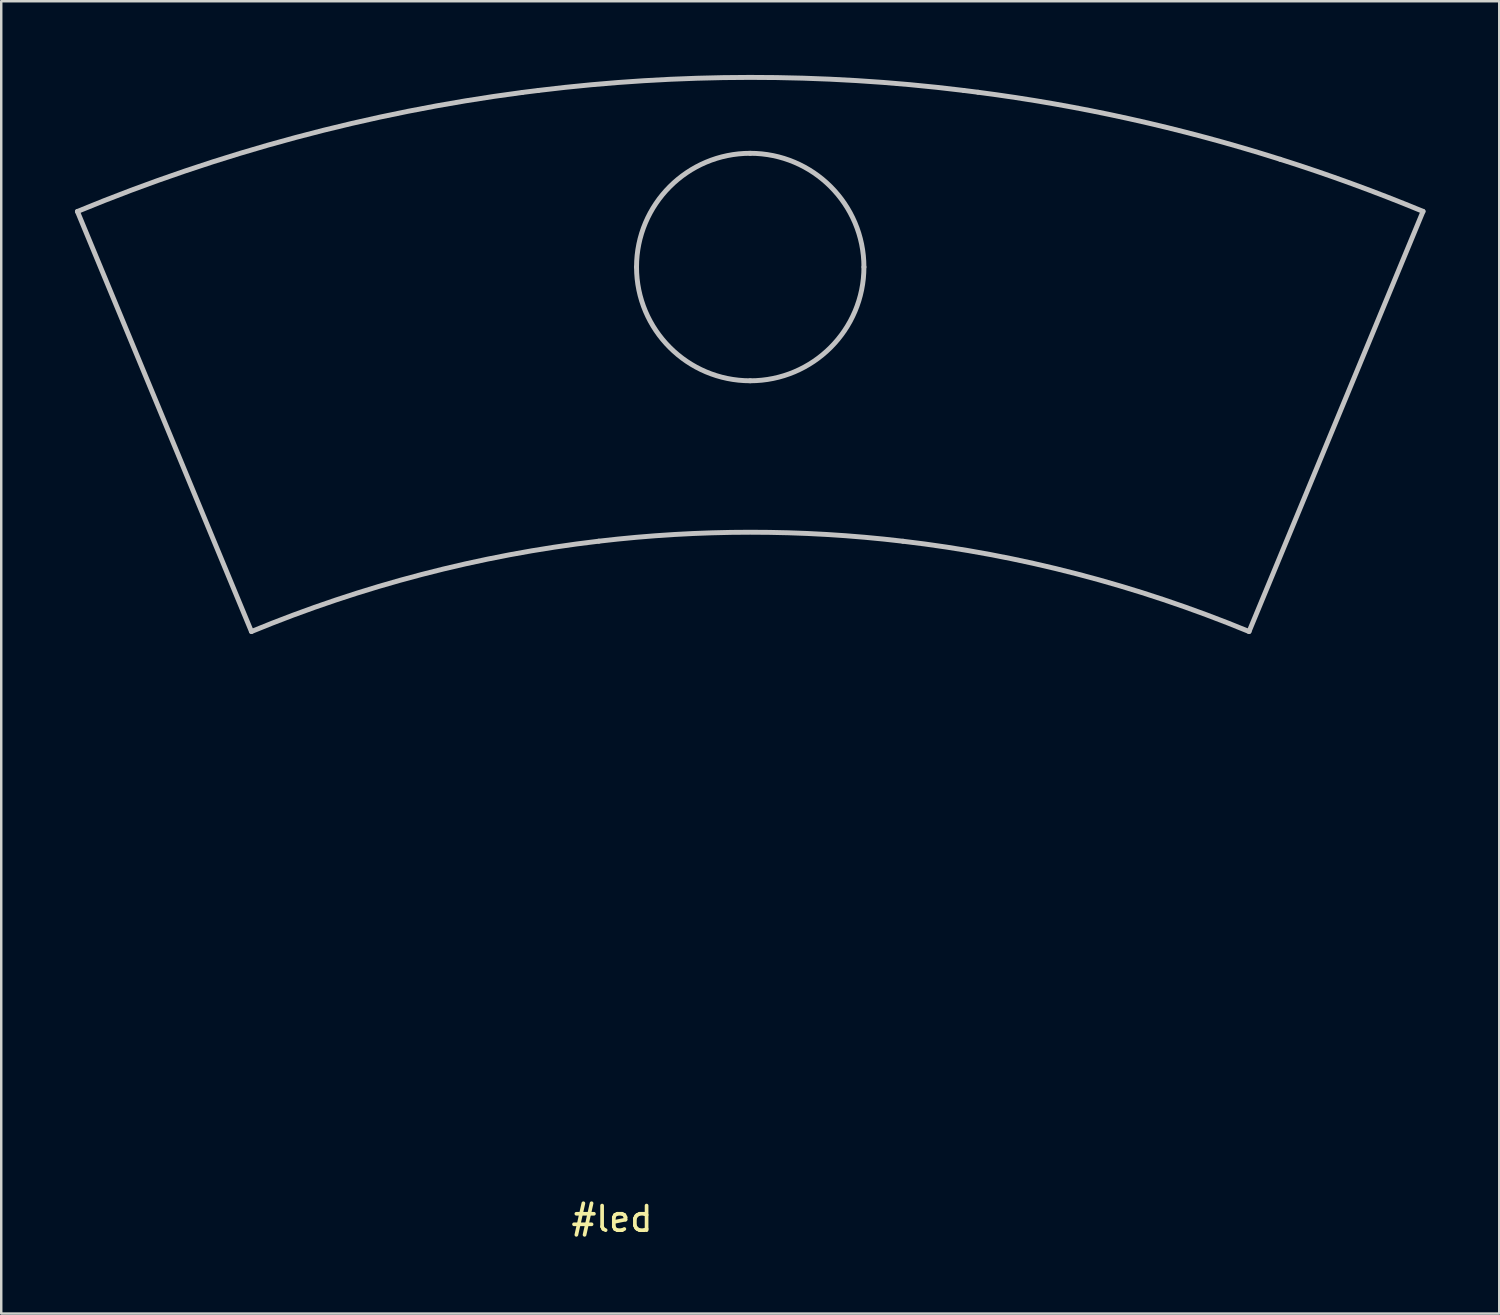
<source format=kicad_pcb>
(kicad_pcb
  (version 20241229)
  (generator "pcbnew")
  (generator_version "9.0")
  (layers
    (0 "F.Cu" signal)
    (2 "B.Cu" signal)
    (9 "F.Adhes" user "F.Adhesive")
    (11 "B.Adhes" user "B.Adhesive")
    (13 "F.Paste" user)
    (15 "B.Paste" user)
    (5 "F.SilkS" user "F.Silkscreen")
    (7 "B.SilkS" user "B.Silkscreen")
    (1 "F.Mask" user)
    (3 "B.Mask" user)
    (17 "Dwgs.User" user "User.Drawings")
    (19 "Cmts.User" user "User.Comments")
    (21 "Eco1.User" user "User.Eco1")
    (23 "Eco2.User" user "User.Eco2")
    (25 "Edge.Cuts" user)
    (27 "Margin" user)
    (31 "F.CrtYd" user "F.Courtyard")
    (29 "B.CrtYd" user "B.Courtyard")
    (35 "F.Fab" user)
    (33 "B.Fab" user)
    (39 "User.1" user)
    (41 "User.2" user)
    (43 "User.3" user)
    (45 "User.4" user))
  (footprint "#led"
    (layer "F.Cu")
    (at 21.855 46.051)
    (property "Reference" "#led" (at 0 0.5 0) (layer "F.SilkS") (effects (font (size 1 1) (thickness 0.15))))
    (attr through_hole)
    (fp_curve (pts (xy -21.755 -40.497) (xy -21.755 -40.497) (xy -14.674 -23.404) (xy -14.674 -23.404)) (stroke (width 0.2) (type solid)) (layer "Dwgs.User"))
    (fp_curve (pts (xy -14.674 -23.404) (xy -10.169 -25.263) (xy -5.414 -26.509) (xy -0.539 -27.08)) (stroke (width 0.2) (type solid)) (layer "Dwgs.User"))
    (fp_curve (pts (xy -3.647 -45.34) (xy -9.887 -44.521) (xy -15.976 -42.885) (xy -21.755 -40.497)) (stroke (width 0.2) (type solid)) (layer "Dwgs.User"))
    (fp_curve (pts (xy -2.997 -45.421) (xy -3.216 -45.396) (xy -3.431 -45.368) (xy -3.647 -45.34)) (stroke (width 0.2) (type solid)) (layer "Dwgs.User"))
    (fp_curve (pts (xy -0.539 -27.08) (xy 3.532 -27.56) (xy 7.685 -27.571) (xy 11.84 -27.077)) (stroke (width 0.2) (type solid)) (layer "Dwgs.User"))
    (fp_curve (pts (xy 0.996 -38.235) (xy 0.996 -40.789) (xy 3.067 -42.863) (xy 5.621 -42.863)) (stroke (width 0.2) (type solid)) (layer "Dwgs.User"))
    (fp_curve (pts (xy 5.621 -42.863) (xy 8.178 -42.863) (xy 10.249 -40.789) (xy 10.249 -38.235)) (stroke (width 0.2) (type solid)) (layer "Dwgs.User"))
    (fp_curve (pts (xy 5.621 -33.607) (xy 3.067 -33.607) (xy 0.996 -35.681) (xy 0.996 -38.235)) (stroke (width 0.2) (type solid)) (layer "Dwgs.User"))
    (fp_curve (pts (xy 10.249 -38.235) (xy 10.249 -35.681) (xy 8.178 -33.607) (xy 5.621 -33.607)) (stroke (width 0.2) (type solid)) (layer "Dwgs.User"))
    (fp_curve (pts (xy 11.84 -27.077) (xy 16.568 -26.523) (xy 21.298 -25.309) (xy 25.92 -23.404)) (stroke (width 0.2) (type solid)) (layer "Dwgs.User"))
    (fp_curve (pts (xy 14.306 -45.421) (xy 8.496 -46.137) (xy 2.689 -46.12) (xy -2.997 -45.421)) (stroke (width 0.2) (type solid)) (layer "Dwgs.User"))
    (fp_curve (pts (xy 14.892 -45.347) (xy 14.694 -45.375) (xy 14.5 -45.4) (xy 14.306 -45.421)) (stroke (width 0.2) (type solid)) (layer "Dwgs.User"))
    (fp_curve (pts (xy 25.92 -23.404) (xy 25.92 -23.404) (xy 33 -40.5) (xy 33 -40.5)) (stroke (width 0.2) (type solid)) (layer "Dwgs.User"))
    (fp_curve (pts (xy 27.186 -42.62) (xy 23.119 -43.908) (xy 19.005 -44.814) (xy 14.892 -45.347)) (stroke (width 0.2) (type solid)) (layer "Dwgs.User"))
    (fp_curve (pts (xy 33 -40.5) (xy 31.077 -41.294) (xy 29.137 -42.003) (xy 27.186 -42.62)) (stroke (width 0.2) (type solid)) (layer "Dwgs.User")))
  (gr_rect
    (start -3 -3)
    (end 57.955 50.399)
    (stroke (width 0.1) (type default))
    (fill no)
    (layer "Edge.Cuts")))
</source>
